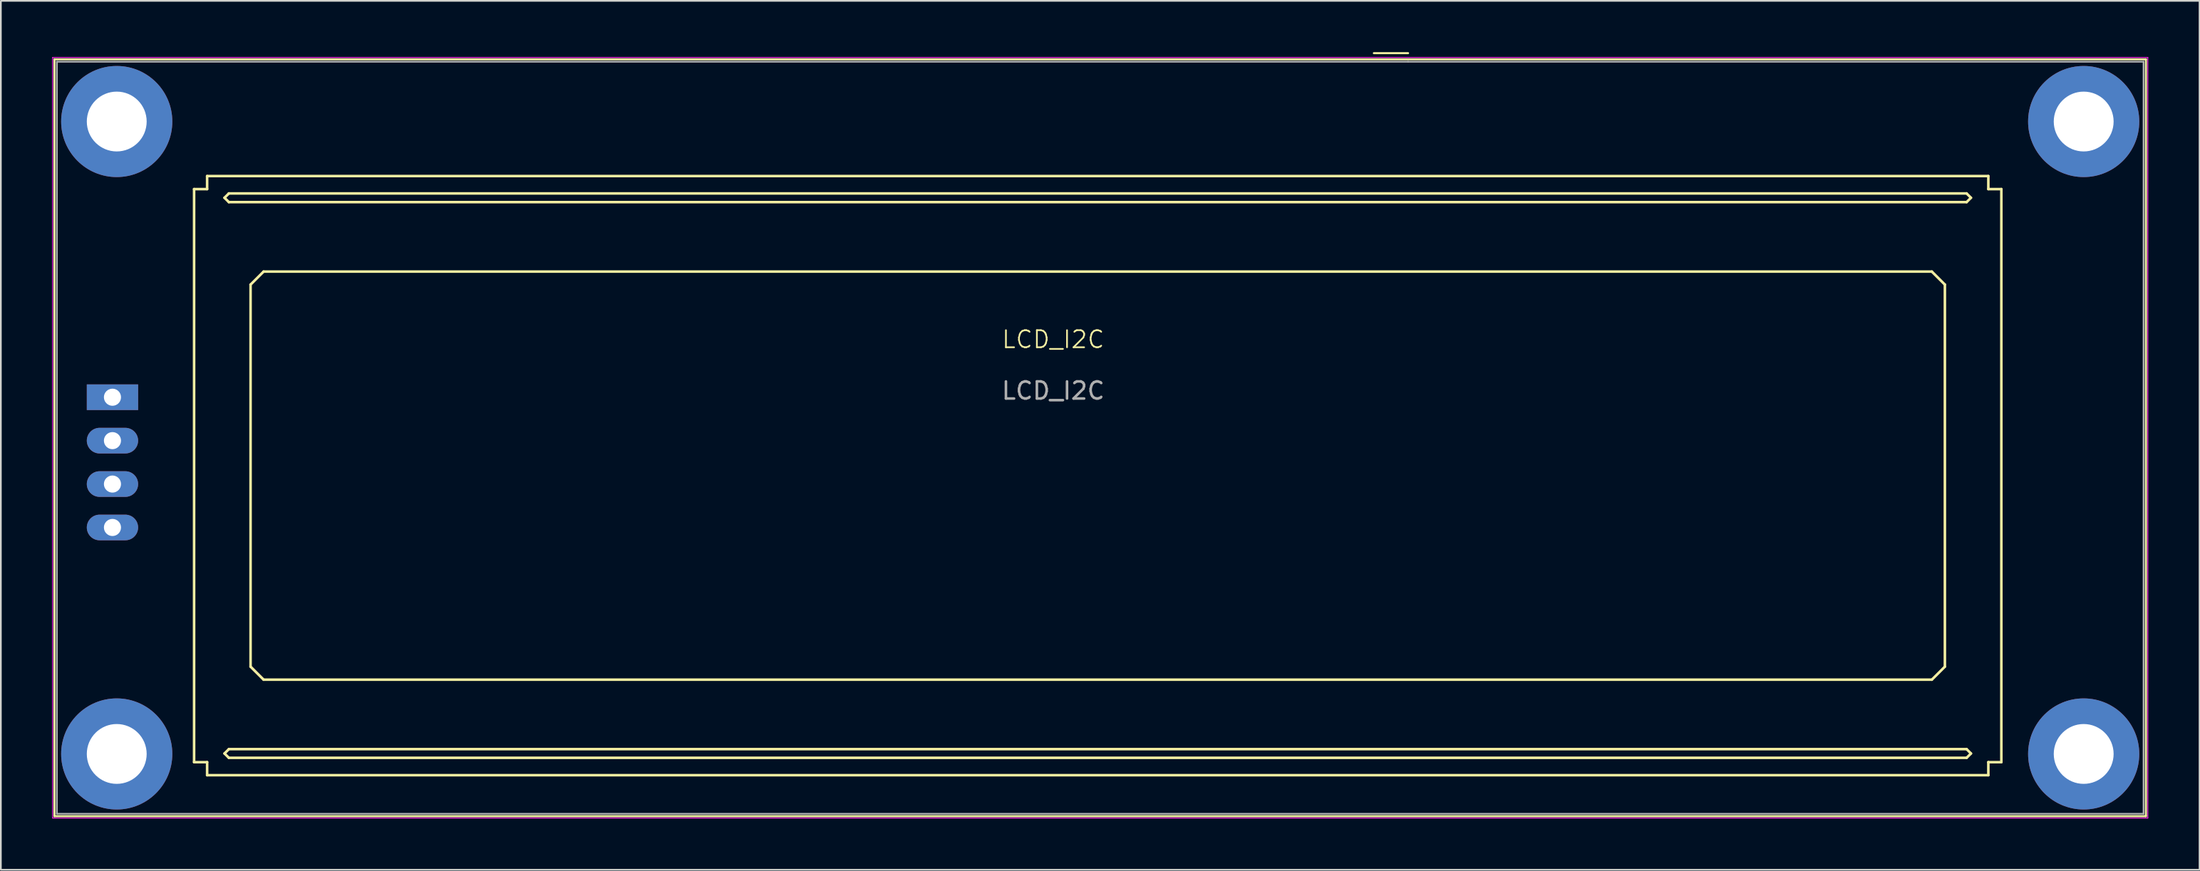
<source format=kicad_pcb>
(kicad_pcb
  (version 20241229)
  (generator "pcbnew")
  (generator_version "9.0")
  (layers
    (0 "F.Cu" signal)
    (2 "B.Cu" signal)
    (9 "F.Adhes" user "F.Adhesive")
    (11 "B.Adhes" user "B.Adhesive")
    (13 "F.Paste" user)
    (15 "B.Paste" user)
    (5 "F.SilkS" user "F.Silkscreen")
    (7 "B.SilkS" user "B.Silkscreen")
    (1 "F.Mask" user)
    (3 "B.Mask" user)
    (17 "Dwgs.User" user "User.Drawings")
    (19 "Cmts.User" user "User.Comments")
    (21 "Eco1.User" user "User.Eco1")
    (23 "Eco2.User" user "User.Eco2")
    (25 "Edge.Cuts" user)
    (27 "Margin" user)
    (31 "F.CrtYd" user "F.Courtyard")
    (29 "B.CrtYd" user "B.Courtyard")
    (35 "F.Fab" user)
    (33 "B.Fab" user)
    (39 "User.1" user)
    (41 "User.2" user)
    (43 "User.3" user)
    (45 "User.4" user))
  (footprint "LCD_I2C"
    (layer "F.Cu")
    (at 58.525 17.31)
    (property "Reference" "LCD_I2C" (at 0 -0.5 0) (unlocked yes) (layer "F.SilkS") (effects (font (size 1 1) (thickness 0.1))))
    (attr smd)
    (fp_line (start -58.39 -16.89) (end -58.39 27.39) (stroke (width 0.12) (type solid)) (layer "F.SilkS"))
    (fp_line (start -58.39 27.39) (end 63.89 27.39) (stroke (width 0.12) (type solid)) (layer "F.SilkS"))
    (fp_line (start -50.227 -9.297) (end -50.227 24.231) (stroke (width 0.15) (type solid)) (layer "F.SilkS"))
    (fp_line (start -49.465 -10.059) (end -49.465 -9.297) (stroke (width 0.15) (type solid)) (layer "F.SilkS"))
    (fp_line (start -49.465 -9.297) (end -50.227 -9.297) (stroke (width 0.15) (type solid)) (layer "F.SilkS"))
    (fp_line (start -49.465 24.231) (end -50.227 24.231) (stroke (width 0.15) (type solid)) (layer "F.SilkS"))
    (fp_line (start -49.465 24.993) (end -49.465 24.231) (stroke (width 0.15) (type solid)) (layer "F.SilkS"))
    (fp_line (start -49.465 24.993) (end 54.675 24.993) (stroke (width 0.15) (type solid)) (layer "F.SilkS"))
    (fp_line (start -48.449 -8.789) (end -48.195 -8.535) (stroke (width 0.15) (type solid)) (layer "F.SilkS"))
    (fp_line (start -48.449 23.723) (end -48.195 23.977) (stroke (width 0.15) (type solid)) (layer "F.SilkS"))
    (fp_line (start -48.195 -9.043) (end -48.449 -8.789) (stroke (width 0.15) (type solid)) (layer "F.SilkS"))
    (fp_line (start -48.195 -8.535) (end 53.405 -8.535) (stroke (width 0.15) (type solid)) (layer "F.SilkS"))
    (fp_line (start -48.195 23.469) (end -48.449 23.723) (stroke (width 0.15) (type solid)) (layer "F.SilkS"))
    (fp_line (start -48.195 23.977) (end 53.405 23.977) (stroke (width 0.15) (type solid)) (layer "F.SilkS"))
    (fp_line (start -46.925 -3.709) (end -46.163 -4.471) (stroke (width 0.15) (type solid)) (layer "F.SilkS"))
    (fp_line (start -46.925 18.643) (end -46.925 -3.709) (stroke (width 0.15) (type solid)) (layer "F.SilkS"))
    (fp_line (start -46.163 -4.471) (end 51.373 -4.471) (stroke (width 0.15) (type solid)) (layer "F.SilkS"))
    (fp_line (start -46.163 19.405) (end -46.925 18.643) (stroke (width 0.15) (type solid)) (layer "F.SilkS"))
    (fp_line (start 18.75 -17.25) (end 20.75 -17.25) (stroke (width 0.12) (type solid)) (layer "F.SilkS"))
    (fp_line (start 51.373 -4.471) (end 52.135 -3.709) (stroke (width 0.15) (type solid)) (layer "F.SilkS"))
    (fp_line (start 51.373 19.405) (end -46.163 19.405) (stroke (width 0.15) (type solid)) (layer "F.SilkS"))
    (fp_line (start 52.135 -3.709) (end 52.135 18.643) (stroke (width 0.15) (type solid)) (layer "F.SilkS"))
    (fp_line (start 52.135 18.643) (end 51.373 19.405) (stroke (width 0.15) (type solid)) (layer "F.SilkS"))
    (fp_line (start 53.405 -9.043) (end -48.195 -9.043) (stroke (width 0.15) (type solid)) (layer "F.SilkS"))
    (fp_line (start 53.405 -9.043) (end 53.659 -8.789) (stroke (width 0.15) (type solid)) (layer "F.SilkS"))
    (fp_line (start 53.405 23.469) (end -48.195 23.469) (stroke (width 0.15) (type solid)) (layer "F.SilkS"))
    (fp_line (start 53.405 23.977) (end 53.659 23.723) (stroke (width 0.15) (type solid)) (layer "F.SilkS"))
    (fp_line (start 53.659 -8.789) (end 53.405 -8.535) (stroke (width 0.15) (type solid)) (layer "F.SilkS"))
    (fp_line (start 53.659 23.723) (end 53.405 23.469) (stroke (width 0.15) (type solid)) (layer "F.SilkS"))
    (fp_line (start 54.675 -10.059) (end -49.465 -10.059) (stroke (width 0.15) (type solid)) (layer "F.SilkS"))
    (fp_line (start 54.675 -10.059) (end 54.675 -9.297) (stroke (width 0.15) (type solid)) (layer "F.SilkS"))
    (fp_line (start 54.675 -9.297) (end 55.437 -9.297) (stroke (width 0.15) (type solid)) (layer "F.SilkS"))
    (fp_line (start 54.675 24.231) (end 54.675 24.993) (stroke (width 0.15) (type solid)) (layer "F.SilkS"))
    (fp_line (start 55.437 24.231) (end 54.675 24.231) (stroke (width 0.15) (type solid)) (layer "F.SilkS"))
    (fp_line (start 55.437 24.231) (end 55.437 -9.297) (stroke (width 0.15) (type solid)) (layer "F.SilkS"))
    (fp_line (start 63.89 -16.89) (end -58.39 -16.89) (stroke (width 0.12) (type solid)) (layer "F.SilkS"))
    (fp_line (start 63.89 -16.89) (end 63.89 27.39) (stroke (width 0.12) (type solid)) (layer "F.SilkS"))
    (fp_line (start -58.5 -17) (end -58.5 27.5) (stroke (width 0.05) (type solid)) (layer "F.CrtYd"))
    (fp_line (start -58.5 -17) (end 64 -17) (stroke (width 0.05) (type solid)) (layer "F.CrtYd"))
    (fp_line (start -58.5 27.5) (end 64 27.5) (stroke (width 0.05) (type solid)) (layer "F.CrtYd"))
    (fp_line (start 64 -17) (end 64 27.5) (stroke (width 0.05) (type solid)) (layer "F.CrtYd"))
    (fp_line (start -58.25 -16.75) (end 20.75 -16.75) (stroke (width 0.1) (type solid)) (layer "F.Fab"))
    (fp_line (start -58.25 27.25) (end -58.25 -16.75) (stroke (width 0.1) (type solid)) (layer "F.Fab"))
    (fp_line (start 20.75 -16.75) (end 63.75 -16.75) (stroke (width 0.1) (type solid)) (layer "F.Fab"))
    (fp_line (start 63.75 -16.75) (end 63.75 27.25) (stroke (width 0.1) (type solid)) (layer "F.Fab"))
    (fp_line (start 63.75 27.25) (end -58.25 27.25) (stroke (width 0.1) (type solid)) (layer "F.Fab"))
    (fp_text user "${REFERENCE}" (at 0 2.5 0) (unlocked yes) (layer "F.Fab") (effects (font (size 1 1) (thickness 0.15))))
    (pad "" thru_hole circle (at -54.75 -13.25 180) (size 6.5 6.5) (drill 3.5) (layers "*.Cu" "*.Mask"))
    (pad "" thru_hole circle (at -54.75 23.75 180) (size 6.5 6.5) (drill 3.5) (layers "*.Cu" "*.Mask"))
    (pad "" thru_hole circle (at 60.25 -13.25 180) (size 6.5 6.5) (drill 3.5) (layers "*.Cu" "*.Mask"))
    (pad "" thru_hole circle (at 60.25 23.75 180) (size 6.5 6.5) (drill 3.5) (layers "*.Cu" "*.Mask"))
    (pad "1" thru_hole rect (at -55 2.88 90) (size 1.5 3) (drill 1) (layers "*.Cu" "*.Mask"))
    (pad "2" thru_hole oval (at -55 5.42 90) (size 1.5 3) (drill 1) (layers "*.Cu" "*.Mask"))
    (pad "3" thru_hole oval (at -55 7.96 90) (size 1.5 3) (drill 1) (layers "*.Cu" "*.Mask"))
    (pad "4" thru_hole oval (at -55 10.5 90) (size 1.5 3) (drill 1) (layers "*.Cu" "*.Mask")))
  (gr_rect
    (start -3 -3)
    (end 125.55 47.835)
    (stroke (width 0.1) (type default))
    (fill no)
    (layer "Edge.Cuts")))
</source>
